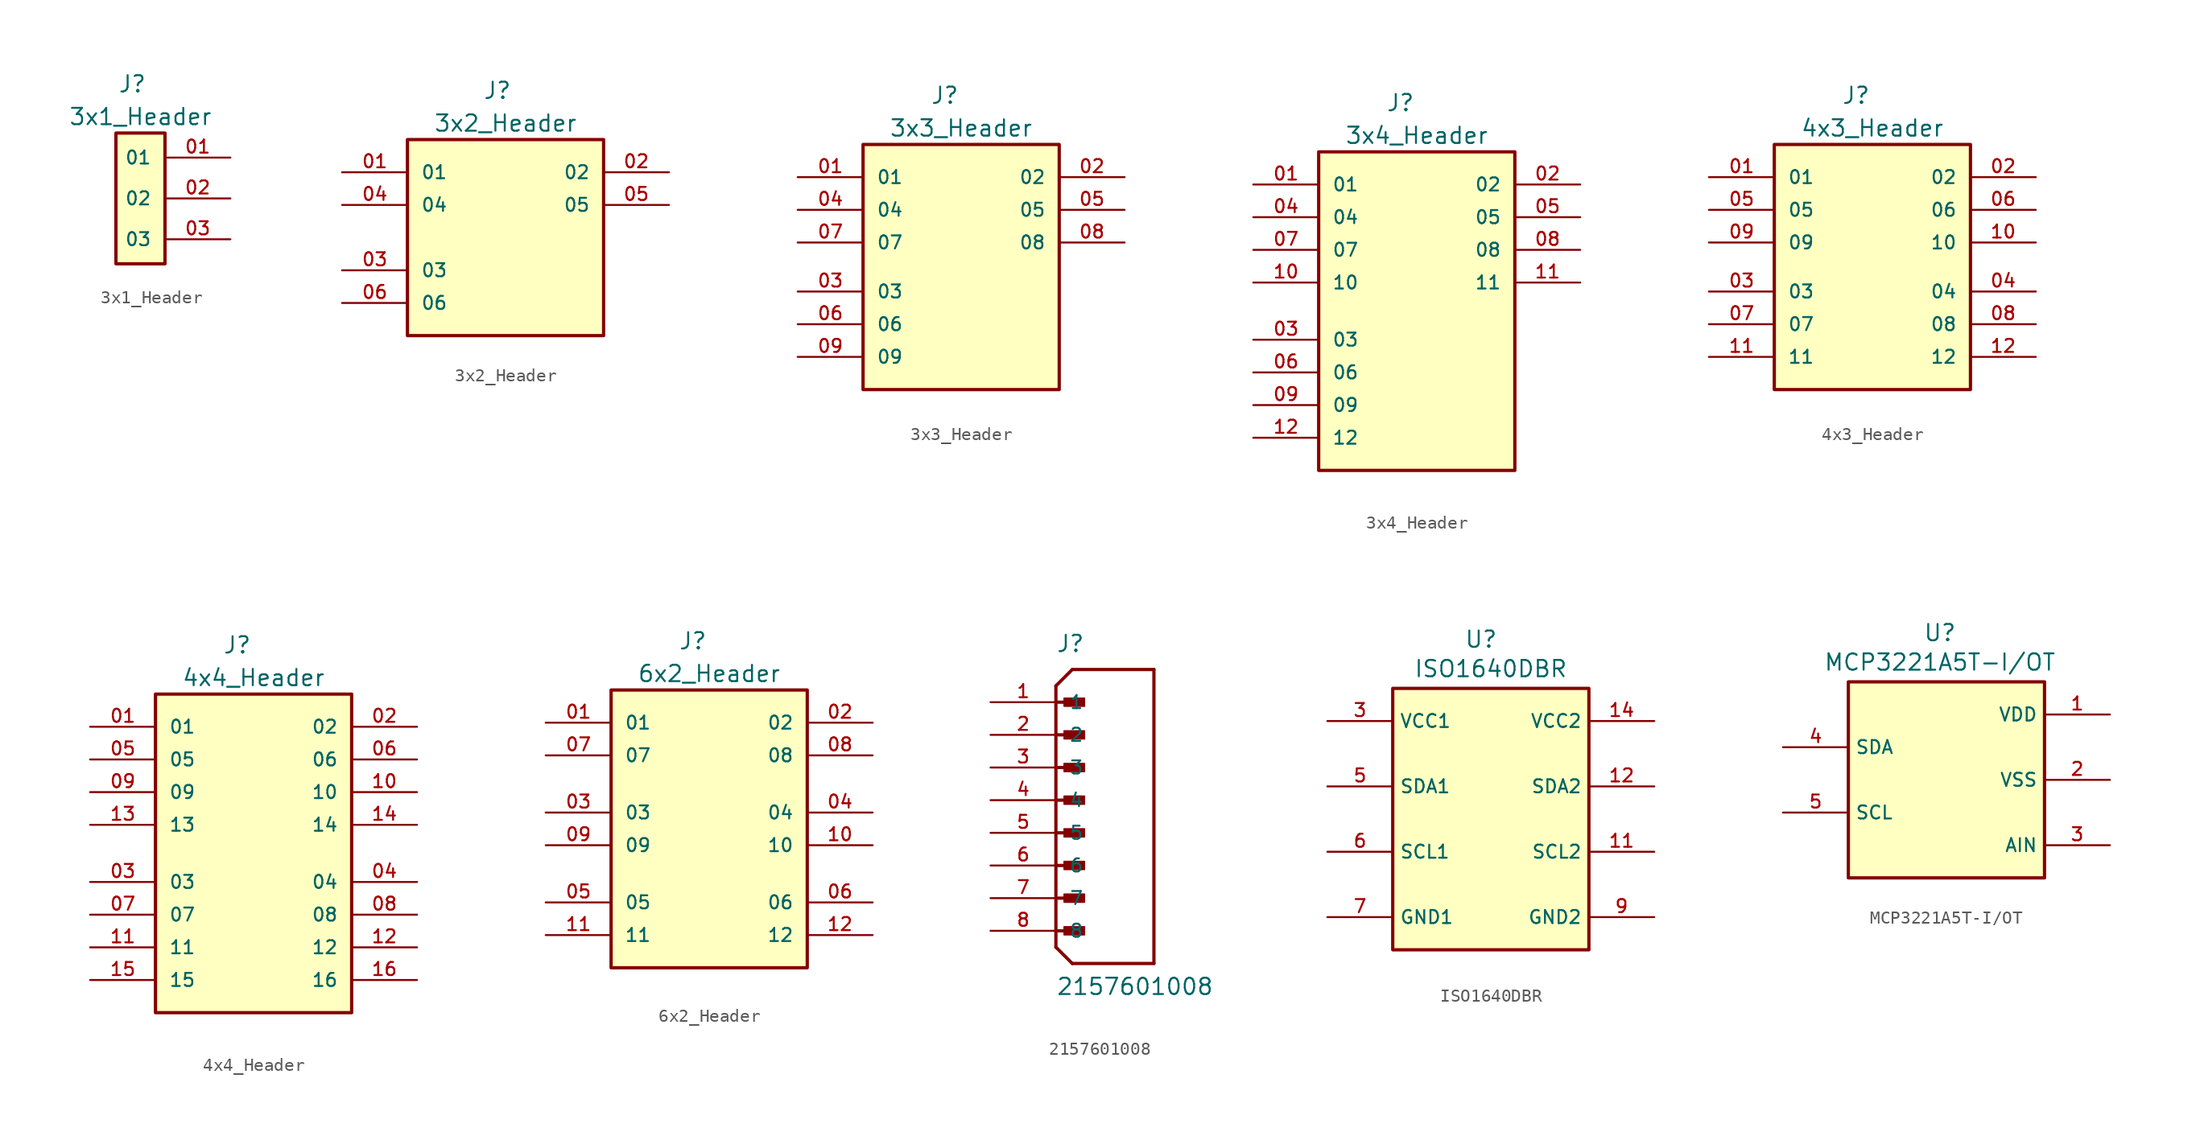
<source format=kicad_sym>
(kicad_symbol_lib
  (version 20220914)
  (generator kicad_symbol_editor)
  (symbol "3x1_Header"
    (pin_names
      (offset 1.016))
    (property "Reference" "J"
      (at -0.635 8.89 0)
      (effects (font (size 1.27 1.27))))
    (property "Value" "3x1_Header"
      (at 0 6.35 0)
      (effects (font (size 1.27 1.27))))
    (symbol "3x1_Header_0_0"
      (rectangle (start -1.905 5.08) (end 1.905 -5.08) (stroke (width 0.254) (type default)) (fill (type background)))
      (pin passive line (at 6.985 3.175 180) (length 5.08) (name "01" (effects (font (size 1.016 1.016)))) (number "01" (effects (font (size 1.016 1.016)))))
      (pin passive line (at 6.985 0 180) (length 5.08) (name "02" (effects (font (size 1.016 1.016)))) (number "02" (effects (font (size 1.016 1.016)))))
      (pin passive line (at 6.985 -3.175 180) (length 5.08) (name "03" (effects (font (size 1.016 1.016)))) (number "03" (effects (font (size 1.016 1.016)))))))
  (symbol "3x2_Header"
    (pin_names
      (offset 1.016))
    (property "Reference" "J"
      (at -0.635 11.43 0)
      (effects (font (size 1.27 1.27))))
    (property "Value" "3x2_Header"
      (at 0 8.89 0)
      (effects (font (size 1.27 1.27))))
    (symbol "3x2_Header_0_0"
      (rectangle (start -7.62 7.62) (end 7.62 -7.62) (stroke (width 0.254) (type default)) (fill (type background)))
      (pin passive line (at -12.7 5.08 0) (length 5.08) (name "01" (effects (font (size 1.016 1.016)))) (number "01" (effects (font (size 1.016 1.016)))))
      (pin passive line (at 12.7 5.08 180) (length 5.08) (name "02" (effects (font (size 1.016 1.016)))) (number "02" (effects (font (size 1.016 1.016)))))
      (pin passive line (at -12.7 -2.54 0) (length 5.08) (name "03" (effects (font (size 1.016 1.016)))) (number "03" (effects (font (size 1.016 1.016)))))
      (pin passive line (at -12.7 2.54 0) (length 5.08) (name "04" (effects (font (size 1.016 1.016)))) (number "04" (effects (font (size 1.016 1.016)))))
      (pin passive line (at 12.7 2.54 180) (length 5.08) (name "05" (effects (font (size 1.016 1.016)))) (number "05" (effects (font (size 1.016 1.016)))))
      (pin passive line (at -12.7 -5.08 0) (length 5.08) (name "06" (effects (font (size 1.016 1.016)))) (number "06" (effects (font (size 1.016 1.016)))))))
  (symbol "3x3_Header"
    (pin_names
      (offset 1.016))
    (property "Reference" "J"
      (at -1.27 13.335 0)
      (effects (font (size 1.27 1.27))))
    (property "Value" "3x3_Header"
      (at 0 10.795 0)
      (effects (font (size 1.27 1.27))))
    (symbol "3x3_Header_0_0"
      (rectangle (start -7.62 9.525) (end 7.62 -9.525) (stroke (width 0.254) (type default)) (fill (type background)))
      (pin passive line (at -12.7 6.985 0) (length 5.08) (name "01" (effects (font (size 1.016 1.016)))) (number "01" (effects (font (size 1.016 1.016)))))
      (pin passive line (at 12.7 6.985 180) (length 5.08) (name "02" (effects (font (size 1.016 1.016)))) (number "02" (effects (font (size 1.016 1.016)))))
      (pin passive line (at -12.7 -1.905 0) (length 5.08) (name "03" (effects (font (size 1.016 1.016)))) (number "03" (effects (font (size 1.016 1.016)))))
      (pin passive line (at -12.7 4.445 0) (length 5.08) (name "04" (effects (font (size 1.016 1.016)))) (number "04" (effects (font (size 1.016 1.016)))))
      (pin passive line (at 12.7 4.445 180) (length 5.08) (name "05" (effects (font (size 1.016 1.016)))) (number "05" (effects (font (size 1.016 1.016)))))
      (pin passive line (at -12.7 -4.445 0) (length 5.08) (name "06" (effects (font (size 1.016 1.016)))) (number "06" (effects (font (size 1.016 1.016))))))
    (symbol "3x3_Header_1_0"
      (pin passive line (at -12.7 1.905 0) (length 5.08) (name "07" (effects (font (size 1.016 1.016)))) (number "07" (effects (font (size 1.016 1.016)))))
      (pin passive line (at 12.7 1.905 180) (length 5.08) (name "08" (effects (font (size 1.016 1.016)))) (number "08" (effects (font (size 1.016 1.016)))))
      (pin passive line (at -12.7 -6.985 0) (length 5.08) (name "09" (effects (font (size 1.016 1.016)))) (number "09" (effects (font (size 1.016 1.016)))))))
  (symbol "3x4_Header"
    (pin_names
      (offset 1.016))
    (property "Reference" "J"
      (at -1.27 16.51 0)
      (effects (font (size 1.27 1.27))))
    (property "Value" "3x4_Header"
      (at 0 13.97 0)
      (effects (font (size 1.27 1.27))))
    (symbol "3x4_Header_0_0"
      (rectangle (start -7.62 12.7) (end 7.62 -12.065) (stroke (width 0.254) (type default)) (fill (type background)))
      (pin passive line (at -12.7 10.16 0) (length 5.08) (name "01" (effects (font (size 1.016 1.016)))) (number "01" (effects (font (size 1.016 1.016)))))
      (pin passive line (at 12.7 10.16 180) (length 5.08) (name "02" (effects (font (size 1.016 1.016)))) (number "02" (effects (font (size 1.016 1.016)))))
      (pin passive line (at -12.7 -1.905 0) (length 5.08) (name "03" (effects (font (size 1.016 1.016)))) (number "03" (effects (font (size 1.016 1.016)))))
      (pin passive line (at -12.7 7.62 0) (length 5.08) (name "04" (effects (font (size 1.016 1.016)))) (number "04" (effects (font (size 1.016 1.016)))))
      (pin passive line (at 12.7 7.62 180) (length 5.08) (name "05" (effects (font (size 1.016 1.016)))) (number "05" (effects (font (size 1.016 1.016)))))
      (pin passive line (at -12.7 -4.445 0) (length 5.08) (name "06" (effects (font (size 1.016 1.016)))) (number "06" (effects (font (size 1.016 1.016))))))
    (symbol "3x4_Header_1_0"
      (pin passive line (at -12.7 5.08 0) (length 5.08) (name "07" (effects (font (size 1.016 1.016)))) (number "07" (effects (font (size 1.016 1.016)))))
      (pin passive line (at 12.7 5.08 180) (length 5.08) (name "08" (effects (font (size 1.016 1.016)))) (number "08" (effects (font (size 1.016 1.016)))))
      (pin passive line (at -12.7 -6.985 0) (length 5.08) (name "09" (effects (font (size 1.016 1.016)))) (number "09" (effects (font (size 1.016 1.016)))))
      (pin passive line (at -12.7 2.54 0) (length 5.08) (name "10" (effects (font (size 1.016 1.016)))) (number "10" (effects (font (size 1.016 1.016)))))
      (pin passive line (at 12.7 2.54 180) (length 5.08) (name "11" (effects (font (size 1.016 1.016)))) (number "11" (effects (font (size 1.016 1.016)))))
      (pin passive line (at -12.7 -9.525 0) (length 5.08) (name "12" (effects (font (size 1.016 1.016)))) (number "12" (effects (font (size 1.016 1.016)))))))
  (symbol "4x3_Header"
    (pin_names
      (offset 1.016))
    (property "Reference" "J"
      (at -1.27 12.7 0)
      (effects (font (size 1.27 1.27))))
    (property "Value" "4x3_Header"
      (at 0 10.16 0)
      (effects (font (size 1.27 1.27))))
    (symbol "4x3_Header_0_0"
      (rectangle (start -7.62 8.89) (end 7.62 -10.16) (stroke (width 0.254) (type default)) (fill (type background)))
      (pin passive line (at -12.7 6.35 0) (length 5.08) (name "01" (effects (font (size 1.016 1.016)))) (number "01" (effects (font (size 1.016 1.016)))))
      (pin passive line (at 12.7 6.35 180) (length 5.08) (name "02" (effects (font (size 1.016 1.016)))) (number "02" (effects (font (size 1.016 1.016)))))
      (pin passive line (at -12.7 -2.54 0) (length 5.08) (name "03" (effects (font (size 1.016 1.016)))) (number "03" (effects (font (size 1.016 1.016)))))
      (pin passive line (at 12.7 -2.54 180) (length 5.08) (name "04" (effects (font (size 1.016 1.016)))) (number "04" (effects (font (size 1.016 1.016)))))
      (pin passive line (at 12.7 -5.08 180) (length 5.08) (name "08" (effects (font (size 1.016 1.016)))) (number "08" (effects (font (size 1.016 1.016))))))
    (symbol "4x3_Header_1_0"
      (pin passive line (at -12.7 3.81 0) (length 5.08) (name "05" (effects (font (size 1.016 1.016)))) (number "05" (effects (font (size 1.016 1.016)))))
      (pin passive line (at 12.7 3.81 180) (length 5.08) (name "06" (effects (font (size 1.016 1.016)))) (number "06" (effects (font (size 1.016 1.016)))))
      (pin passive line (at -12.7 -5.08 0) (length 5.08) (name "07" (effects (font (size 1.016 1.016)))) (number "07" (effects (font (size 1.016 1.016)))))
      (pin passive line (at -12.7 1.27 0) (length 5.08) (name "09" (effects (font (size 1.016 1.016)))) (number "09" (effects (font (size 1.016 1.016)))))
      (pin passive line (at 12.7 1.27 180) (length 5.08) (name "10" (effects (font (size 1.016 1.016)))) (number "10" (effects (font (size 1.016 1.016)))))
      (pin passive line (at -12.7 -7.62 0) (length 5.08) (name "11" (effects (font (size 1.016 1.016)))) (number "11" (effects (font (size 1.016 1.016)))))
      (pin passive line (at 12.7 -7.62 180) (length 5.08) (name "12" (effects (font (size 1.016 1.016)))) (number "12" (effects (font (size 1.016 1.016)))))))
  (symbol "4x4_Header"
    (pin_names
      (offset 1.016))
    (property "Reference" "J"
      (at -1.27 16.51 0)
      (effects (font (size 1.27 1.27))))
    (property "Value" "4x4_Header"
      (at 0 13.97 0)
      (effects (font (size 1.27 1.27))))
    (symbol "4x4_Header_0_0"
      (rectangle (start -7.62 12.7) (end 7.62 -12.065) (stroke (width 0.254) (type default)) (fill (type background)))
      (pin passive line (at -12.7 10.16 0) (length 5.08) (name "01" (effects (font (size 1.016 1.016)))) (number "01" (effects (font (size 1.016 1.016)))))
      (pin passive line (at 12.7 10.16 180) (length 5.08) (name "02" (effects (font (size 1.016 1.016)))) (number "02" (effects (font (size 1.016 1.016)))))
      (pin passive line (at -12.7 -1.905 0) (length 5.08) (name "03" (effects (font (size 1.016 1.016)))) (number "03" (effects (font (size 1.016 1.016)))))
      (pin passive line (at 12.7 -1.905 180) (length 5.08) (name "04" (effects (font (size 1.016 1.016)))) (number "04" (effects (font (size 1.016 1.016)))))
      (pin passive line (at 12.7 -4.445 180) (length 5.08) (name "08" (effects (font (size 1.016 1.016)))) (number "08" (effects (font (size 1.016 1.016))))))
    (symbol "4x4_Header_1_0"
      (pin passive line (at -12.7 7.62 0) (length 5.08) (name "05" (effects (font (size 1.016 1.016)))) (number "05" (effects (font (size 1.016 1.016)))))
      (pin passive line (at 12.7 7.62 180) (length 5.08) (name "06" (effects (font (size 1.016 1.016)))) (number "06" (effects (font (size 1.016 1.016)))))
      (pin passive line (at -12.7 -4.445 0) (length 5.08) (name "07" (effects (font (size 1.016 1.016)))) (number "07" (effects (font (size 1.016 1.016)))))
      (pin passive line (at -12.7 5.08 0) (length 5.08) (name "09" (effects (font (size 1.016 1.016)))) (number "09" (effects (font (size 1.016 1.016)))))
      (pin passive line (at 12.7 5.08 180) (length 5.08) (name "10" (effects (font (size 1.016 1.016)))) (number "10" (effects (font (size 1.016 1.016)))))
      (pin passive line (at -12.7 -6.985 0) (length 5.08) (name "11" (effects (font (size 1.016 1.016)))) (number "11" (effects (font (size 1.016 1.016)))))
      (pin passive line (at 12.7 -6.985 180) (length 5.08) (name "12" (effects (font (size 1.016 1.016)))) (number "12" (effects (font (size 1.016 1.016)))))
      (pin passive line (at -12.7 2.54 0) (length 5.08) (name "13" (effects (font (size 1.016 1.016)))) (number "13" (effects (font (size 1.016 1.016)))))
      (pin passive line (at 12.7 2.54 180) (length 5.08) (name "14" (effects (font (size 1.016 1.016)))) (number "14" (effects (font (size 1.016 1.016)))))
      (pin passive line (at -12.7 -9.525 0) (length 5.08) (name "15" (effects (font (size 1.016 1.016)))) (number "15" (effects (font (size 1.016 1.016)))))
      (pin passive line (at 12.7 -9.525 180) (length 5.08) (name "16" (effects (font (size 1.016 1.016)))) (number "16" (effects (font (size 1.016 1.016)))))))
  (symbol "6x2_Header"
    (pin_names
      (offset 1.016))
    (property "Reference" "J"
      (at -1.27 13.97 0)
      (effects (font (size 1.27 1.27))))
    (property "Value" "6x2_Header"
      (at 0 11.43 0)
      (effects (font (size 1.27 1.27))))
    (symbol "6x2_Header_0_0"
      (rectangle (start -7.62 10.16) (end 7.62 -11.43) (stroke (width 0.254) (type default)) (fill (type background)))
      (pin passive line (at -12.7 7.62 0) (length 5.08) (name "01" (effects (font (size 1.016 1.016)))) (number "01" (effects (font (size 1.016 1.016)))))
      (pin passive line (at 12.7 7.62 180) (length 5.08) (name "02" (effects (font (size 1.016 1.016)))) (number "02" (effects (font (size 1.016 1.016)))))
      (pin passive line (at -12.7 0.635 0) (length 5.08) (name "03" (effects (font (size 1.016 1.016)))) (number "03" (effects (font (size 1.016 1.016)))))
      (pin passive line (at 12.7 0.635 180) (length 5.08) (name "04" (effects (font (size 1.016 1.016)))) (number "04" (effects (font (size 1.016 1.016))))))
    (symbol "6x2_Header_1_0"
      (pin passive line (at -12.7 -6.35 0) (length 5.08) (name "05" (effects (font (size 1.016 1.016)))) (number "05" (effects (font (size 1.016 1.016)))))
      (pin passive line (at 12.7 -6.35 180) (length 5.08) (name "06" (effects (font (size 1.016 1.016)))) (number "06" (effects (font (size 1.016 1.016)))))
      (pin passive line (at -12.7 5.08 0) (length 5.08) (name "07" (effects (font (size 1.016 1.016)))) (number "07" (effects (font (size 1.016 1.016)))))
      (pin passive line (at 12.7 5.08 180) (length 5.08) (name "08" (effects (font (size 1.016 1.016)))) (number "08" (effects (font (size 1.016 1.016)))))
      (pin passive line (at -12.7 -1.905 0) (length 5.08) (name "09" (effects (font (size 1.016 1.016)))) (number "09" (effects (font (size 1.016 1.016)))))
      (pin passive line (at 12.7 -1.905 180) (length 5.08) (name "10" (effects (font (size 1.016 1.016)))) (number "10" (effects (font (size 1.016 1.016)))))
      (pin passive line (at -12.7 -8.89 0) (length 5.08) (name "11" (effects (font (size 1.016 1.016)))) (number "11" (effects (font (size 1.016 1.016)))))
      (pin passive line (at 12.7 -8.89 180) (length 5.08) (name "12" (effects (font (size 1.016 1.016)))) (number "12" (effects (font (size 1.016 1.016)))))))
  (symbol "2157601008"
    (pin_names
      (offset 1.016))
    (property "Reference" "J"
      (at 0 11.43 0)
      (effects (font (size 1.27 1.27)) (justify left bottom)))
    (property "Value" "2157601008"
      (at 0 -15.24 0)
      (effects (font (size 1.27 1.27)) (justify left bottom)))
    (symbol "2157601008_0_0"
      (polyline (pts (xy 0 -11.43) (xy 1.27 -12.7)) (stroke (width 0.254) (type default)) (fill (type none)))
      (polyline (pts (xy 0 -10.16) (xy 1.905 -10.16)) (stroke (width 0.254) (type default)) (fill (type none)))
      (polyline (pts (xy 0 -7.62) (xy 1.905 -7.62)) (stroke (width 0.254) (type default)) (fill (type none)))
      (polyline (pts (xy 0 -5.08) (xy 1.905 -5.08)) (stroke (width 0.254) (type default)) (fill (type none)))
      (polyline (pts (xy 0 -2.54) (xy 1.905 -2.54)) (stroke (width 0.254) (type default)) (fill (type none)))
      (polyline (pts (xy 0 0) (xy 1.905 0)) (stroke (width 0.254) (type default)) (fill (type none)))
      (polyline (pts (xy 0 2.54) (xy 1.905 2.54)) (stroke (width 0.254) (type default)) (fill (type none)))
      (polyline (pts (xy 0 5.08) (xy 1.905 5.08)) (stroke (width 0.254) (type default)) (fill (type none)))
      (polyline (pts (xy 0 7.62) (xy 0 -11.43)) (stroke (width 0.254) (type default)) (fill (type none)))
      (polyline (pts (xy 0 7.62) (xy 1.905 7.62)) (stroke (width 0.254) (type default)) (fill (type none)))
      (polyline (pts (xy 0 8.89) (xy 0 7.62)) (stroke (width 0.254) (type default)) (fill (type none)))
      (polyline (pts (xy 0 8.89) (xy 1.27 10.16)) (stroke (width 0.254) (type default)) (fill (type none)))
      (polyline (pts (xy 1.27 -12.7) (xy 7.62 -12.7)) (stroke (width 0.254) (type default)) (fill (type none)))
      (polyline (pts (xy 7.62 -12.7) (xy 7.62 10.16)) (stroke (width 0.254) (type default)) (fill (type none)))
      (polyline (pts (xy 7.62 10.16) (xy 1.27 10.16)) (stroke (width 0.254) (type default)) (fill (type none)))
      (rectangle (start 0.635 -10.477) (end 2.223 -9.842) (stroke (width 0.1) (type default)) (fill (type outline)))
      (rectangle (start 0.635 -7.938) (end 2.223 -7.303) (stroke (width 0.1) (type default)) (fill (type outline)))
      (rectangle (start 0.635 -5.397) (end 2.223 -4.763) (stroke (width 0.1) (type default)) (fill (type outline)))
      (rectangle (start 0.635 -2.857) (end 2.223 -2.223) (stroke (width 0.1) (type default)) (fill (type outline)))
      (rectangle (start 0.635 -0.318) (end 2.223 0.318) (stroke (width 0.1) (type default)) (fill (type outline)))
      (rectangle (start 0.635 2.223) (end 2.223 2.857) (stroke (width 0.1) (type default)) (fill (type outline)))
      (rectangle (start 0.635 4.763) (end 2.223 5.397) (stroke (width 0.1) (type default)) (fill (type outline)))
      (rectangle (start 0.635 7.303) (end 2.223 7.938) (stroke (width 0.1) (type default)) (fill (type outline)))
      (pin passive line (at -5.08 7.62 0) (length 5.08) (name "1" (effects (font (size 1.016 1.016)))) (number "1" (effects (font (size 1.016 1.016)))))
      (pin passive line (at -5.08 5.08 0) (length 5.08) (name "2" (effects (font (size 1.016 1.016)))) (number "2" (effects (font (size 1.016 1.016)))))
      (pin passive line (at -5.08 2.54 0) (length 5.08) (name "3" (effects (font (size 1.016 1.016)))) (number "3" (effects (font (size 1.016 1.016)))))
      (pin passive line (at -5.08 0 0) (length 5.08) (name "4" (effects (font (size 1.016 1.016)))) (number "4" (effects (font (size 1.016 1.016)))))
      (pin passive line (at -5.08 -2.54 0) (length 5.08) (name "5" (effects (font (size 1.016 1.016)))) (number "5" (effects (font (size 1.016 1.016)))))
      (pin passive line (at -5.08 -5.08 0) (length 5.08) (name "6" (effects (font (size 1.016 1.016)))) (number "6" (effects (font (size 1.016 1.016)))))
      (pin passive line (at -5.08 -7.62 0) (length 5.08) (name "7" (effects (font (size 1.016 1.016)))) (number "7" (effects (font (size 1.016 1.016)))))
      (pin passive line (at -5.08 -10.16 0) (length 5.08) (name "8" (effects (font (size 1.016 1.016)))) (number "8" (effects (font (size 1.016 1.016)))))))
  (symbol "ISO1640DBR"
    (property "Reference" "U"
      (at -0.762 13.97 0)
      (effects (font (size 1.27 1.27))))
    (property "Value" "ISO1640DBR"
      (at 0 11.684 0)
      (effects (font (size 1.27 1.27))))
    (symbol "ISO1640DBR_0_0"
      (rectangle (start -7.62 10.16) (end 7.62 -10.16) (stroke (width 0.254) (type default)) (fill (type background)))
      (pin bidirectional line (at 12.7 -2.54 180) (length 5.08) (name "SCL2" (effects (font (size 1.016 1.016)))) (number "11" (effects (font (size 1.016 1.016)))))
      (pin bidirectional line (at 12.7 2.54 180) (length 5.08) (name "SDA2" (effects (font (size 1.016 1.016)))) (number "12" (effects (font (size 1.016 1.016)))))
      (pin power_in line (at 12.7 7.62 180) (length 5.08) (name "VCC2" (effects (font (size 1.016 1.016)))) (number "14" (effects (font (size 1.016 1.016)))))
      (pin power_in line (at -12.7 7.62 0) (length 5.08) (name "VCC1" (effects (font (size 1.016 1.016)))) (number "3" (effects (font (size 1.016 1.016)))))
      (pin bidirectional line (at -12.7 2.54 0) (length 5.08) (name "SDA1" (effects (font (size 1.016 1.016)))) (number "5" (effects (font (size 1.016 1.016)))))
      (pin bidirectional line (at -12.7 -2.54 0) (length 5.08) (name "SCL1" (effects (font (size 1.016 1.016)))) (number "6" (effects (font (size 1.016 1.016)))))
      (pin power_in line (at -12.7 -7.62 0) (length 5.08) (name "GND1" (effects (font (size 1.016 1.016)))) (number "7" (effects (font (size 1.016 1.016)))))
      (pin power_in line (at 12.7 -7.62 180) (length 5.08) (name "GND2" (effects (font (size 1.016 1.016)))) (number "9" (effects (font (size 1.016 1.016)))))))
  (symbol "MCP3221A5T-I/OT"
    (property "Reference" "U"
      (at -0.508 11.43 0)
      (effects (font (size 1.27 1.27))))
    (property "Value" " MCP3221A5T-I/OT"
      (at -0.508 9.144 0)
      (effects (font (size 1.27 1.27))))
    (symbol "MCP3221A5T-I/OT_0_0"
      (rectangle (start -7.62 7.62) (end 7.62 -7.62) (stroke (width 0.254) (type default)) (fill (type background)))
      (pin power_in line (at 12.7 5.08 180) (length 5.08) (name "VDD" (effects (font (size 1.016 1.016)))) (number "1" (effects (font (size 1.016 1.016)))))
      (pin power_in line (at 12.7 0 180) (length 5.08) (name "VSS" (effects (font (size 1.016 1.016)))) (number "2" (effects (font (size 1.016 1.016)))))
      (pin input line (at 12.7 -5.08 180) (length 5.08) (name "AIN" (effects (font (size 1.016 1.016)))) (number "3" (effects (font (size 1.016 1.016)))))
      (pin output line (at -12.7 2.54 0) (length 5.08) (name "SDA" (effects (font (size 1.016 1.016)))) (number "4" (effects (font (size 1.016 1.016)))))
      (pin output line (at -12.7 -2.54 0) (length 5.08) (name "SCL" (effects (font (size 1.016 1.016)))) (number "5" (effects (font (size 1.016 1.016))))))))
</source>
